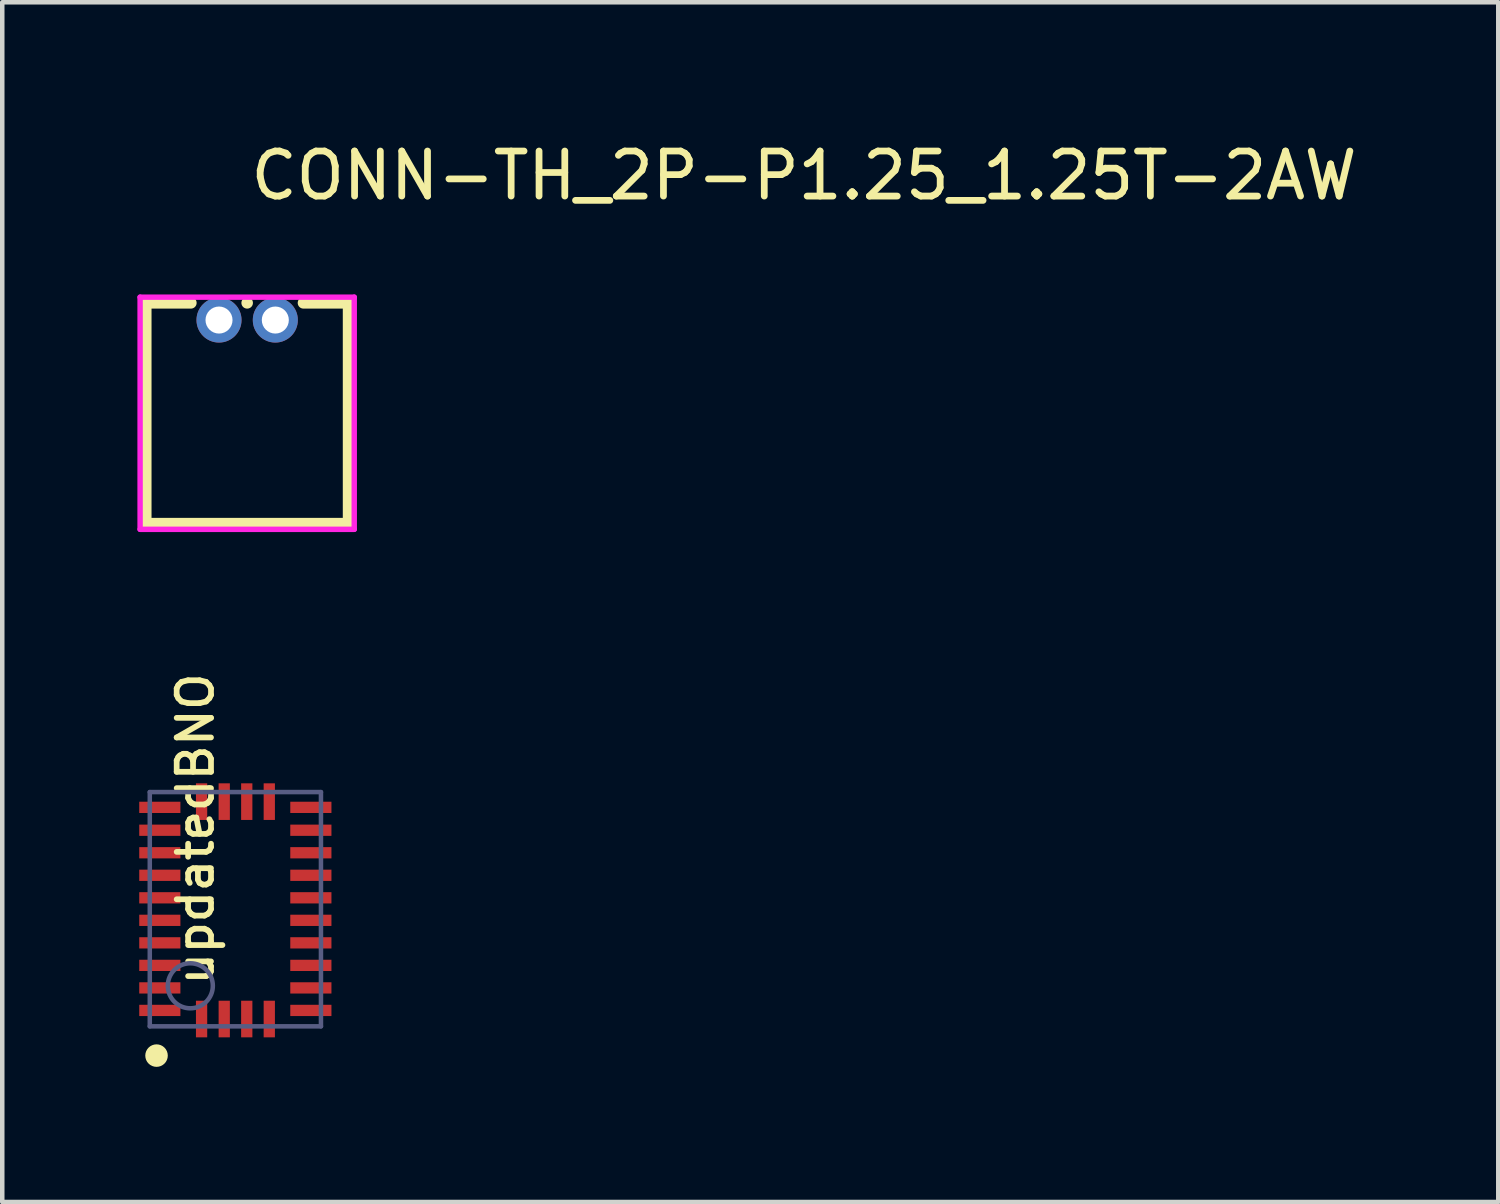
<source format=kicad_pcb>
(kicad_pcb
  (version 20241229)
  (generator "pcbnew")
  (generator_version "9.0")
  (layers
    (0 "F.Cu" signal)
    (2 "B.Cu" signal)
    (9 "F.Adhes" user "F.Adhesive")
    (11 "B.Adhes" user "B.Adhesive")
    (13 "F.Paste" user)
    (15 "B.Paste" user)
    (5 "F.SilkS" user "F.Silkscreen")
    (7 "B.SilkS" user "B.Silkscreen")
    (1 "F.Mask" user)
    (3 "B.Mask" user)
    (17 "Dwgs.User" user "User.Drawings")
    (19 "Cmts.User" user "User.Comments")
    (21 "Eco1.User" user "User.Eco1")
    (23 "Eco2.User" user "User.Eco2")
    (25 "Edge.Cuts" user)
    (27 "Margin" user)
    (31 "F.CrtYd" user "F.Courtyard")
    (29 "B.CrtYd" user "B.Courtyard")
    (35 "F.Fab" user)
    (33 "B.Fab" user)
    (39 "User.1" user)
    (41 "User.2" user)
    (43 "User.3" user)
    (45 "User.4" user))
  (footprint "CONN-TH_2P-P1.25_1.25T-2AW"
    (layer "F.Cu")
    (at 2.437 4.055)
    (property "Reference" "CONN-TH_2P-P1.25_1.25T-2AW" (at 0 -3.207 0) (layer "F.SilkS") (effects (font (size 1 1) (thickness 0.15)) (justify left)))
    (attr through_hole)
    (fp_line (start -2.25 -0.381) (end -2.25 4.519) (stroke (width 0.254) (type solid)) (layer "F.SilkS"))
    (fp_line (start -2.25 -0.381) (end -1.249 -0.381) (stroke (width 0.254) (type solid)) (layer "F.SilkS"))
    (fp_line (start -2.25 4.519) (end 2.25 4.519) (stroke (width 0.254) (type solid)) (layer "F.SilkS"))
    (fp_line (start -0.001 -0.381) (end 0.001 -0.381) (stroke (width 0.254) (type solid)) (layer "F.SilkS"))
    (fp_line (start 1.249 -0.381) (end 2.25 -0.381) (stroke (width 0.254) (type solid)) (layer "F.SilkS"))
    (fp_line (start 2.25 4.519) (end 2.25 -0.381) (stroke (width 0.254) (type solid)) (layer "F.SilkS"))
    (fp_circle (center -2.377 4.646) (end -2.347 4.646) (stroke (width 0.06) (type solid)) (fill no) (layer "Eco2.User"))
    (fp_circle (center -0.625 0) (end -0.525 0) (stroke (width 0.2) (type solid)) (fill no) (layer "Eco2.User"))
    (fp_circle (center 0.625 0) (end 0.725 0) (stroke (width 0.2) (type solid)) (fill no) (layer "Eco2.User"))
    (fp_line (start -2.377 -0.508) (end 2.377 -0.508) (stroke (width 0.12) (type solid)) (layer "F.CrtYd"))
    (fp_line (start -2.377 4.646) (end -2.377 -0.508) (stroke (width 0.12) (type solid)) (layer "F.CrtYd"))
    (fp_line (start 2.377 -0.508) (end 2.377 4.646) (stroke (width 0.12) (type solid)) (layer "F.CrtYd"))
    (fp_line (start 2.377 4.646) (end -2.377 4.646) (stroke (width 0.12) (type solid)) (layer "F.CrtYd"))
    (pad "1" thru_hole circle (at -0.625 0) (size 1 1) (drill 0.6) (layers "*.Cu" "*.Mask"))
    (pad "2" thru_hole circle (at 0.625 0) (size 1 1) (drill 0.6) (layers "*.Cu" "*.Mask")))
  (footprint "updatedBNO"
    (layer "F.Cu")
    (at 0.701 18.531)
    (property "Reference" "updatedBNO" (at 1.033 0.353 90) (unlocked yes) (layer "F.SilkS") (effects (font (size 0.762 0.762) (thickness 0.127)) (justify left bottom)))
    (fp_circle (center -0.276 1.853) (end -0.276 1.728) (stroke (width 0.25) (type solid)) (fill no) (layer "F.SilkS"))
    (fp_line (start -0.676 -4.247) (end 3.624 -4.247) (stroke (width 0.05) (type solid)) (layer "Eco1.User"))
    (fp_line (start -0.676 1.453) (end -0.676 -4.247) (stroke (width 0.05) (type solid)) (layer "Eco1.User"))
    (fp_line (start -0.676 1.453) (end 3.624 1.453) (stroke (width 0.05) (type solid)) (layer "Eco1.User"))
    (fp_line (start 0.974 -1.397) (end 1.974 -1.397) (stroke (width 0.1) (type solid)) (layer "Eco1.User"))
    (fp_line (start 1.474 -0.897) (end 1.474 -1.897) (stroke (width 0.1) (type solid)) (layer "Eco1.User"))
    (fp_line (start 3.624 1.453) (end 3.624 -4.247) (stroke (width 0.05) (type solid)) (layer "Eco1.User"))
    (fp_line (start -0.426 -3.997) (end 3.374 -3.997) (stroke (width 0.1) (type solid)) (layer "B.Fab"))
    (fp_line (start -0.426 1.203) (end -0.426 -3.997) (stroke (width 0.1) (type solid)) (layer "B.Fab"))
    (fp_line (start -0.426 1.203) (end 3.374 1.203) (stroke (width 0.1) (type solid)) (layer "B.Fab"))
    (fp_line (start 3.374 1.203) (end 3.374 -3.997) (stroke (width 0.1) (type solid)) (layer "B.Fab"))
    (fp_circle (center 0.474 0.303) (end 0.474 -0.197) (stroke (width 0.1) (type solid)) (fill no) (layer "B.Fab"))
    (pad "1" smd rect (at -0.203 0.85 90) (size 0.25 0.914) (layers "F.Cu" "F.Mask" "F.Paste"))
    (pad "2" smd rect (at 0.724 1.041 180) (size 0.25 0.813) (layers "F.Cu" "F.Mask" "F.Paste"))
    (pad "3" smd rect (at 1.227 1.041 180) (size 0.25 0.813) (layers "F.Cu" "F.Mask" "F.Paste"))
    (pad "4" smd rect (at 1.727 1.041 180) (size 0.25 0.813) (layers "F.Cu" "F.Mask" "F.Paste"))
    (pad "5" smd rect (at 2.227 1.041 180) (size 0.25 0.813) (layers "F.Cu" "F.Mask" "F.Paste"))
    (pad "6" smd rect (at 3.15 0.85 270) (size 0.25 0.914) (layers "F.Cu" "F.Mask" "F.Paste"))
    (pad "7" smd rect (at 3.15 0.35 270) (size 0.25 0.914) (layers "F.Cu" "F.Mask" "F.Paste"))
    (pad "8" smd rect (at 3.15 -0.15 270) (size 0.25 0.914) (layers "F.Cu" "F.Mask" "F.Paste"))
    (pad "9" smd rect (at 3.15 -0.65 270) (size 0.25 0.914) (layers "F.Cu" "F.Mask" "F.Paste"))
    (pad "10" smd rect (at 3.15 -1.15 270) (size 0.25 0.914) (layers "F.Cu" "F.Mask" "F.Paste"))
    (pad "11" smd rect (at 3.15 -1.65 270) (size 0.25 0.914) (layers "F.Cu" "F.Mask" "F.Paste"))
    (pad "12" smd rect (at 3.15 -2.15 270) (size 0.25 0.914) (layers "F.Cu" "F.Mask" "F.Paste"))
    (pad "13" smd rect (at 3.15 -2.65 270) (size 0.25 0.914) (layers "F.Cu" "F.Mask" "F.Paste"))
    (pad "14" smd rect (at 3.15 -3.15 270) (size 0.25 0.914) (layers "F.Cu" "F.Mask" "F.Paste"))
    (pad "15" smd rect (at 3.15 -3.658 270) (size 0.25 0.914) (layers "F.Cu" "F.Mask" "F.Paste"))
    (pad "16" smd rect (at 2.227 -3.785) (size 0.25 0.813) (layers "F.Cu" "F.Mask" "F.Paste"))
    (pad "17" smd rect (at 1.727 -3.785) (size 0.25 0.813) (layers "F.Cu" "F.Mask" "F.Paste"))
    (pad "18" smd rect (at 1.227 -3.785) (size 0.25 0.813) (layers "F.Cu" "F.Mask" "F.Paste"))
    (pad "19" smd rect (at 0.724 -3.785) (size 0.25 0.813) (layers "F.Cu" "F.Mask" "F.Paste"))
    (pad "20" smd rect (at -0.203 -3.658 90) (size 0.25 0.914) (layers "F.Cu" "F.Mask" "F.Paste"))
    (pad "21" smd rect (at -0.203 -3.15 90) (size 0.25 0.914) (layers "F.Cu" "F.Mask" "F.Paste"))
    (pad "22" smd rect (at -0.203 -2.65 90) (size 0.25 0.914) (layers "F.Cu" "F.Mask" "F.Paste"))
    (pad "23" smd rect (at -0.203 -2.15 90) (size 0.25 0.914) (layers "F.Cu" "F.Mask" "F.Paste"))
    (pad "24" smd rect (at -0.203 -1.65 90) (size 0.25 0.914) (layers "F.Cu" "F.Mask" "F.Paste"))
    (pad "25" smd rect (at -0.203 -1.15 90) (size 0.25 0.914) (layers "F.Cu" "F.Mask" "F.Paste"))
    (pad "26" smd rect (at -0.203 -0.65 90) (size 0.25 0.914) (layers "F.Cu" "F.Mask" "F.Paste"))
    (pad "27" smd rect (at -0.203 -0.15 90) (size 0.25 0.914) (layers "F.Cu" "F.Mask" "F.Paste"))
    (pad "28" smd rect (at -0.203 0.35 90) (size 0.25 0.914) (layers "F.Cu" "F.Mask" "F.Paste")))
  (gr_rect
    (start -3 -3)
    (end 30.211 23.634)
    (stroke (width 0.1) (type default))
    (fill no)
    (layer "Edge.Cuts")))
</source>
